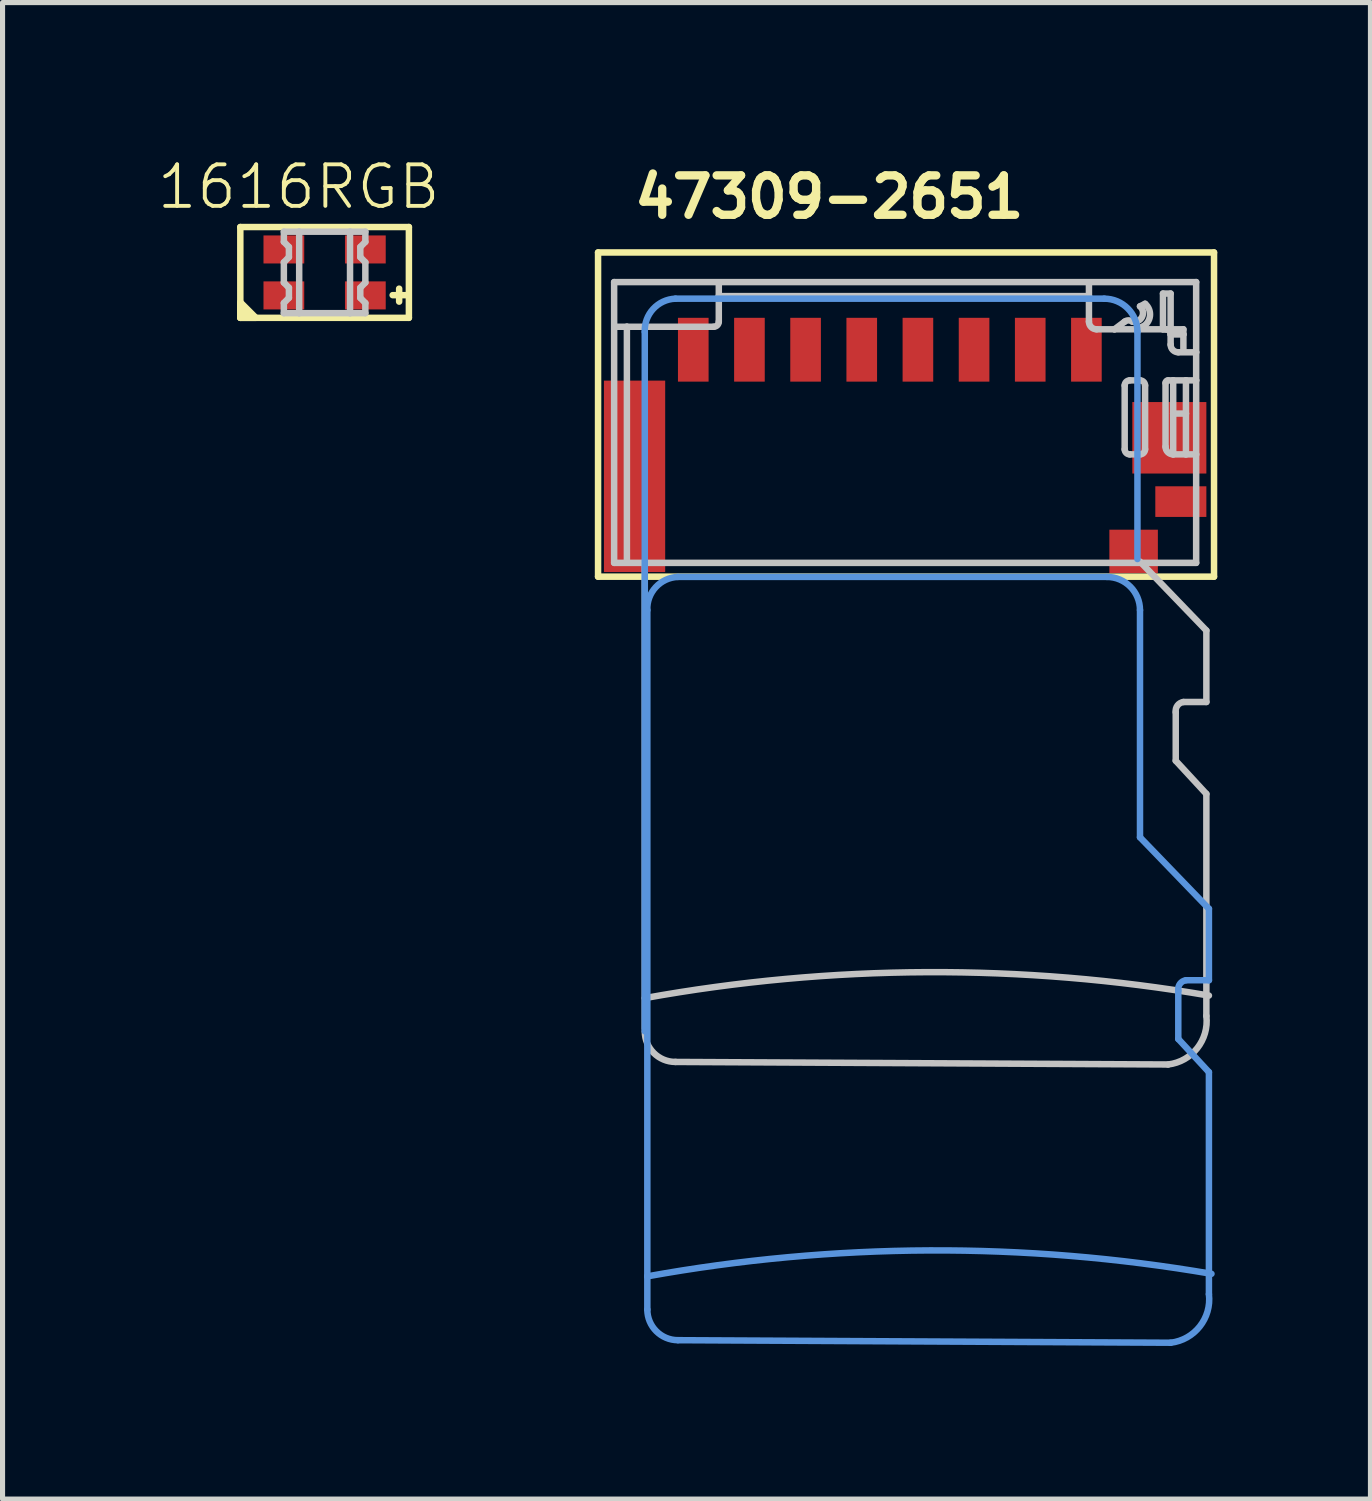
<source format=kicad_pcb>
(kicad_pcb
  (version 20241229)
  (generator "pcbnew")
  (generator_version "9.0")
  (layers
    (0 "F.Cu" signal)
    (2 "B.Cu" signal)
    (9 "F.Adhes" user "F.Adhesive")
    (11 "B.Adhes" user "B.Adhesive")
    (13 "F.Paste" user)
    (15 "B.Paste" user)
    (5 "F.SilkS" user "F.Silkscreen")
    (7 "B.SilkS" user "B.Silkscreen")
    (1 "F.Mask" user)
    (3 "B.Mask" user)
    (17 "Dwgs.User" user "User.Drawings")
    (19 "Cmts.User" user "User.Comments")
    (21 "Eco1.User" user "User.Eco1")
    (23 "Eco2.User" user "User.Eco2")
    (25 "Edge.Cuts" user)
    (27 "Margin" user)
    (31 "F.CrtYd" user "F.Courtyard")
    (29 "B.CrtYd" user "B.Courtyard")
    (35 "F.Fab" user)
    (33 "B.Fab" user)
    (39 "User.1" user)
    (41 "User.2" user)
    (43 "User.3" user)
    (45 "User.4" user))
  (footprint "47309-2651"
    (layer "F.Cu")
    (at 14.379 3.8)
    (property "Reference" "47309-2651" (at -5.08 -2.54 0) (layer "F.SilkS") (effects (font (size 0.772 0.772) (thickness 0.163)) (justify left bottom)))
    (attr through_hole)
    (fp_line (start -5.715 -1.905) (end 6.35 -1.905) (stroke (width 0.127) (type solid)) (layer "F.SilkS"))
    (fp_line (start -5.715 4.445) (end -5.715 -1.905) (stroke (width 0.127) (type solid)) (layer "F.SilkS"))
    (fp_line (start 6.35 -1.905) (end 6.35 4.445) (stroke (width 0.127) (type solid)) (layer "F.SilkS"))
    (fp_line (start 6.35 4.445) (end -5.715 4.445) (stroke (width 0.127) (type solid)) (layer "F.SilkS"))
    (fp_line (start -5.4 -1.325) (end 6 -1.325) (stroke (width 0.127) (type solid)) (layer "Dwgs.User"))
    (fp_line (start -5.4 4.175) (end -5.4 -1.325) (stroke (width 0.127) (type solid)) (layer "Dwgs.User"))
    (fp_line (start -5.15 -0.45) (end -5.35 -0.45) (stroke (width 0.127) (type solid)) (layer "Dwgs.User"))
    (fp_line (start -5.15 -0.45) (end -5.15 4.15) (stroke (width 0.127) (type solid)) (layer "Dwgs.User"))
    (fp_line (start -4.8 13.3) (end -4.8 4.15) (stroke (width 0.127) (type solid)) (layer "Dwgs.User"))
    (fp_line (start -4.2 13.95) (end 5.45 14) (stroke (width 0.127) (type solid)) (layer "Dwgs.User"))
    (fp_line (start -3.45 -0.45) (end -5.15 -0.45) (stroke (width 0.127) (type solid)) (layer "Dwgs.User"))
    (fp_line (start -3.35 -1.3) (end -3.35 -1.05) (stroke (width 0.127) (type solid)) (layer "Dwgs.User"))
    (fp_line (start -3.35 -1.05) (end -3.35 -0.55) (stroke (width 0.127) (type solid)) (layer "Dwgs.User"))
    (fp_line (start 3.9 -1.3) (end 3.9 -1.05) (stroke (width 0.127) (type solid)) (layer "Dwgs.User"))
    (fp_line (start 3.9 -1.05) (end -3.35 -1.05) (stroke (width 0.127) (type solid)) (layer "Dwgs.User"))
    (fp_line (start 3.9 -1.05) (end 3.9 -0.55) (stroke (width 0.127) (type solid)) (layer "Dwgs.User"))
    (fp_line (start 4.05 -0.4) (end 4.4 -0.4) (stroke (width 0.127) (type solid)) (layer "Dwgs.User"))
    (fp_line (start 4.4 -0.4) (end 4.6 -0.55) (stroke (width 0.127) (type solid)) (layer "Dwgs.User"))
    (fp_line (start 4.4 -0.4) (end 4.85 -0.4) (stroke (width 0.127) (type solid)) (layer "Dwgs.User"))
    (fp_line (start 4.6 0.7) (end 4.6 1.95) (stroke (width 0.127) (type solid)) (layer "Dwgs.User"))
    (fp_line (start 4.7 2.05) (end 4.9 2.05) (stroke (width 0.127) (type solid)) (layer "Dwgs.User"))
    (fp_line (start 4.85 -0.4) (end 4.95 -0.45) (stroke (width 0.127) (type solid)) (layer "Dwgs.User"))
    (fp_line (start 4.85 -0.4) (end 5.35 -0.4) (stroke (width 0.127) (type solid)) (layer "Dwgs.User"))
    (fp_line (start 4.9 -0.85) (end 5 -0.9) (stroke (width 0.127) (type solid)) (layer "Dwgs.User"))
    (fp_line (start 4.9 0.6) (end 4.7 0.6) (stroke (width 0.127) (type solid)) (layer "Dwgs.User"))
    (fp_line (start 5 1.95) (end 5 0.7) (stroke (width 0.127) (type solid)) (layer "Dwgs.User"))
    (fp_line (start 5.35 -1.1) (end 5.5 -1.1) (stroke (width 0.127) (type solid)) (layer "Dwgs.User"))
    (fp_line (start 5.35 -0.4) (end 5.35 -1.1) (stroke (width 0.127) (type solid)) (layer "Dwgs.User"))
    (fp_line (start 5.35 -0.4) (end 5.4 -0.4) (stroke (width 0.127) (type solid)) (layer "Dwgs.User"))
    (fp_line (start 5.4 -0.4) (end 5.75 -0.4) (stroke (width 0.127) (type solid)) (layer "Dwgs.User"))
    (fp_line (start 5.4 0.65) (end 5.4 1.9) (stroke (width 0.127) (type solid)) (layer "Dwgs.User"))
    (fp_line (start 5.5 -1.1) (end 5.5 -0.45) (stroke (width 0.127) (type solid)) (layer "Dwgs.User"))
    (fp_line (start 5.5 -0.3) (end 5.5 -0.1) (stroke (width 0.127) (type solid)) (layer "Dwgs.User"))
    (fp_line (start 5.55 0.6) (end 5.45 0.6) (stroke (width 0.127) (type solid)) (layer "Dwgs.User"))
    (fp_line (start 5.55 0.6) (end 5.55 1.25) (stroke (width 0.127) (type solid)) (layer "Dwgs.User"))
    (fp_line (start 5.55 1.25) (end 5.55 2.05) (stroke (width 0.127) (type solid)) (layer "Dwgs.User"))
    (fp_line (start 5.55 2.05) (end 5.8 2.05) (stroke (width 0.127) (type solid)) (layer "Dwgs.User"))
    (fp_line (start 5.6 8.05) (end 5.6 7.1) (stroke (width 0.127) (type solid)) (layer "Dwgs.User"))
    (fp_line (start 5.65 0.05) (end 6 0.05) (stroke (width 0.127) (type solid)) (layer "Dwgs.User"))
    (fp_line (start 5.75 -0.4) (end 5.75 -0.3) (stroke (width 0.127) (type solid)) (layer "Dwgs.User"))
    (fp_line (start 5.75 -0.3) (end 5.5 -0.3) (stroke (width 0.127) (type solid)) (layer "Dwgs.User"))
    (fp_line (start 5.75 -0.3) (end 5.75 0) (stroke (width 0.127) (type solid)) (layer "Dwgs.User"))
    (fp_line (start 5.8 0.6) (end 5.55 0.6) (stroke (width 0.127) (type solid)) (layer "Dwgs.User"))
    (fp_line (start 5.8 0.6) (end 5.8 1.25) (stroke (width 0.127) (type solid)) (layer "Dwgs.User"))
    (fp_line (start 5.8 1.25) (end 5.55 1.25) (stroke (width 0.127) (type solid)) (layer "Dwgs.User"))
    (fp_line (start 5.8 1.25) (end 5.8 2.05) (stroke (width 0.127) (type solid)) (layer "Dwgs.User"))
    (fp_line (start 5.8 2.05) (end 6 2.05) (stroke (width 0.127) (type solid)) (layer "Dwgs.User"))
    (fp_line (start 6 -1.325) (end 6 0.05) (stroke (width 0.127) (type solid)) (layer "Dwgs.User"))
    (fp_line (start 6 0.05) (end 6 0.6) (stroke (width 0.127) (type solid)) (layer "Dwgs.User"))
    (fp_line (start 6 0.6) (end 5.8 0.6) (stroke (width 0.127) (type solid)) (layer "Dwgs.User"))
    (fp_line (start 6 0.6) (end 6 2.05) (stroke (width 0.127) (type solid)) (layer "Dwgs.User"))
    (fp_line (start 6 2.05) (end 6 4.175) (stroke (width 0.127) (type solid)) (layer "Dwgs.User"))
    (fp_line (start 6 4.175) (end -5.4 4.175) (stroke (width 0.127) (type solid)) (layer "Dwgs.User"))
    (fp_line (start 6.2 5.5) (end 4.9 4.15) (stroke (width 0.127) (type solid)) (layer "Dwgs.User"))
    (fp_line (start 6.2 6.9) (end 5.75 6.9) (stroke (width 0.127) (type solid)) (layer "Dwgs.User"))
    (fp_line (start 6.2 6.9) (end 6.2 5.5) (stroke (width 0.127) (type solid)) (layer "Dwgs.User"))
    (fp_line (start 6.2 8.7) (end 5.6 8.05) (stroke (width 0.127) (type solid)) (layer "Dwgs.User"))
    (fp_line (start 6.2 13.05) (end 6.2 8.7) (stroke (width 0.127) (type solid)) (layer "Dwgs.User"))
    (fp_arc (start -4.8 12.7) (mid 0.722813 12.191625) (end 6.25 12.65) (stroke (width 0.127) (type solid)) (layer "Dwgs.User"))
    (fp_arc (start -4.2 13.95) (mid -4.624264 13.774264) (end -4.8 13.35) (stroke (width 0.127) (type solid)) (layer "Dwgs.User"))
    (fp_arc (start -3.35 -0.55) (mid -3.379289 -0.479289) (end -3.45 -0.45) (stroke (width 0.127) (type solid)) (layer "Dwgs.User"))
    (fp_arc (start 4.05 -0.4) (mid 3.943934 -0.443934) (end 3.9 -0.55) (stroke (width 0.127) (type solid)) (layer "Dwgs.User"))
    (fp_arc (start 4.6 -0.55) (mid 4.675001 -0.575) (end 4.750001 -0.549999) (stroke (width 0.127) (type solid)) (layer "Dwgs.User"))
    (fp_arc (start 4.6 0.7) (mid 4.629289 0.629289) (end 4.7 0.6) (stroke (width 0.127) (type solid)) (layer "Dwgs.User"))
    (fp_arc (start 4.7 2.05) (mid 4.629289 2.020711) (end 4.6 1.95) (stroke (width 0.127) (type solid)) (layer "Dwgs.User"))
    (fp_arc (start 4.899999 -0.85) (mid 4.940099 -0.642451) (end 4.75 -0.55) (stroke (width 0.127) (type solid)) (layer "Dwgs.User"))
    (fp_arc (start 4.9 0.6) (mid 4.970711 0.629289) (end 5 0.7) (stroke (width 0.127) (type solid)) (layer "Dwgs.User"))
    (fp_arc (start 4.999998 -0.9) (mid 5.095415 -0.661621) (end 4.95 -0.45) (stroke (width 0.127) (type solid)) (layer "Dwgs.User"))
    (fp_arc (start 5 1.95) (mid 4.970711 2.020711) (end 4.9 2.05) (stroke (width 0.127) (type solid)) (layer "Dwgs.User"))
    (fp_arc (start 5.4 -0.4) (mid 5.470711 -0.370711) (end 5.5 -0.3) (stroke (width 0.127) (type solid)) (layer "Dwgs.User"))
    (fp_arc (start 5.4 0.65) (mid 5.414645 0.614645) (end 5.45 0.6) (stroke (width 0.127) (type solid)) (layer "Dwgs.User"))
    (fp_arc (start 5.55 2.05) (mid 5.443934 2.006066) (end 5.4 1.9) (stroke (width 0.127) (type solid)) (layer "Dwgs.User"))
    (fp_arc (start 5.6 7.1) (mid 5.633579 6.968934) (end 5.75 6.9) (stroke (width 0.127) (type solid)) (layer "Dwgs.User"))
    (fp_arc (start 5.65 0.05) (mid 5.543934 0.006066) (end 5.5 -0.1) (stroke (width 0.127) (type solid)) (layer "Dwgs.User"))
    (fp_arc (start 6.2 13.05) (mid 6.021751 13.68033) (end 5.45 14) (stroke (width 0.127) (type solid)) (layer "Dwgs.User"))
    (fp_line (start -4.8 -0.35) (end -4.8 13.35) (stroke (width 0.127) (type solid)) (layer "Cmts.User"))
    (fp_line (start -4.75 5.1) (end -4.75 18.15) (stroke (width 0.127) (type solid)) (layer "Cmts.User"))
    (fp_line (start -4.75 18.15) (end -4.75 18.8) (stroke (width 0.127) (type solid)) (layer "Cmts.User"))
    (fp_line (start -4.15 19.4) (end 5.5 19.45) (stroke (width 0.127) (type solid)) (layer "Cmts.User"))
    (fp_line (start 4.2 -1) (end -4.2 -1) (stroke (width 0.127) (type solid)) (layer "Cmts.User"))
    (fp_line (start 4.25 4.45) (end -4.15 4.45) (stroke (width 0.127) (type solid)) (layer "Cmts.User"))
    (fp_line (start 4.85 4.1) (end 4.85 -0.35) (stroke (width 0.127) (type solid)) (layer "Cmts.User"))
    (fp_line (start 4.9 9.55) (end 4.9 5.1) (stroke (width 0.127) (type solid)) (layer "Cmts.User"))
    (fp_line (start 5.65 13.5) (end 5.65 12.55) (stroke (width 0.127) (type solid)) (layer "Cmts.User"))
    (fp_line (start 6.25 10.95) (end 4.9 9.55) (stroke (width 0.127) (type solid)) (layer "Cmts.User"))
    (fp_line (start 6.25 12.35) (end 5.8 12.35) (stroke (width 0.127) (type solid)) (layer "Cmts.User"))
    (fp_line (start 6.25 12.35) (end 6.25 10.95) (stroke (width 0.127) (type solid)) (layer "Cmts.User"))
    (fp_line (start 6.25 14.15) (end 5.65 13.5) (stroke (width 0.127) (type solid)) (layer "Cmts.User"))
    (fp_line (start 6.25 18.5) (end 6.25 14.15) (stroke (width 0.127) (type solid)) (layer "Cmts.User"))
    (fp_arc (start -4.800001 -0.349999) (mid -4.63462 -0.799264) (end -4.2 -1) (stroke (width 0.127) (type solid)) (layer "Cmts.User"))
    (fp_arc (start -4.75 5.1) (mid -4.584619 4.650736) (end -4.15 4.45) (stroke (width 0.127) (type solid)) (layer "Cmts.User"))
    (fp_arc (start -4.75 18.15) (mid 0.772813 17.641625) (end 6.3 18.1) (stroke (width 0.127) (type solid)) (layer "Cmts.User"))
    (fp_arc (start -4.15 19.4) (mid -4.574264 19.224264) (end -4.75 18.8) (stroke (width 0.127) (type solid)) (layer "Cmts.User"))
    (fp_arc (start 4.199999 -0.999999) (mid 4.659619 -0.809619) (end 4.85 -0.35) (stroke (width 0.127) (type solid)) (layer "Cmts.User"))
    (fp_arc (start 4.25 4.45) (mid 4.709619 4.640381) (end 4.9 5.1) (stroke (width 0.127) (type solid)) (layer "Cmts.User"))
    (fp_arc (start 5.65 12.55) (mid 5.683579 12.418934) (end 5.8 12.35) (stroke (width 0.127) (type solid)) (layer "Cmts.User"))
    (fp_arc (start 6.25 18.5) (mid 6.071751 19.13033) (end 5.5 19.45) (stroke (width 0.127) (type solid)) (layer "Cmts.User"))
    (pad "G1" smd rect (at -5 2.48 90) (size 3.75 1.2) (layers "F.Cu" "F.Mask" "F.Paste"))
    (pad "G2" smd rect (at 5.475 1.725 180) (size 1.45 1.4) (layers "F.Cu" "F.Mask" "F.Paste"))
    (pad "G3" smd rect (at 5.7 2.975 180) (size 1 0.6) (layers "F.Cu" "F.Mask" "F.Paste"))
    (pad "G4" smd rect (at 4.775 3.95) (size 0.95 0.85) (layers "F.Cu" "F.Mask" "F.Paste"))
    (pad "P1" smd rect (at 3.85 0 90) (size 1.25 0.6) (layers "F.Cu" "F.Mask" "F.Paste"))
    (pad "P2" smd rect (at 2.75 0 90) (size 1.25 0.6) (layers "F.Cu" "F.Mask" "F.Paste"))
    (pad "P3" smd rect (at 1.65 0 90) (size 1.25 0.6) (layers "F.Cu" "F.Mask" "F.Paste"))
    (pad "P4" smd rect (at 0.55 0 90) (size 1.25 0.6) (layers "F.Cu" "F.Mask" "F.Paste"))
    (pad "P5" smd rect (at -0.55 0 90) (size 1.25 0.6) (layers "F.Cu" "F.Mask" "F.Paste"))
    (pad "P6" smd rect (at -1.65 0 90) (size 1.25 0.6) (layers "F.Cu" "F.Mask" "F.Paste"))
    (pad "P7" smd rect (at -2.75 0 90) (size 1.25 0.6) (layers "F.Cu" "F.Mask" "F.Paste"))
    (pad "P8" smd rect (at -3.85 0 90) (size 1.25 0.6) (layers "F.Cu" "F.Mask" "F.Paste")))
  (footprint "1616RGB"
    (layer "F.Cu")
    (at 3.308 2.286)
    (property "Reference" "1616RGB" (at -0.508 -1.676 0) (layer "F.SilkS") (effects (font (size 0.813 0.813) (thickness 0.076))))
    (attr smd)
    (fp_line (start -1.651 0.889) (end -1.651 -0.889) (stroke (width 0.127) (type solid)) (layer "F.SilkS"))
    (fp_line (start -1.651 0.889) (end 1.651 0.889) (stroke (width 0.127) (type solid)) (layer "F.SilkS"))
    (fp_line (start 1.333 0.445) (end 1.587 0.445) (stroke (width 0.127) (type solid)) (layer "F.SilkS"))
    (fp_line (start 1.46 0.318) (end 1.46 0.572) (stroke (width 0.127) (type solid)) (layer "F.SilkS"))
    (fp_line (start 1.651 -0.889) (end -1.651 -0.889) (stroke (width 0.127) (type solid)) (layer "F.SilkS"))
    (fp_line (start 1.651 0.889) (end 1.651 -0.889) (stroke (width 0.127) (type solid)) (layer "F.SilkS"))
    (fp_poly (pts (xy -1.651 0.889) (xy -1.346 0.889) (xy -1.651 0.584) (xy -1.651 0.889)) (stroke (width 0.127) (type solid)) (fill yes) (layer "F.SilkS"))
    (fp_line (start -0.798 -0.798) (end -0.498 -0.798) (stroke (width 0.127) (type solid)) (layer "Dwgs.User"))
    (fp_line (start -0.798 -0.599) (end -0.798 -0.798) (stroke (width 0.127) (type solid)) (layer "Dwgs.User"))
    (fp_line (start -0.798 -0.198) (end -0.699 -0.3) (stroke (width 0.127) (type solid)) (layer "Dwgs.User"))
    (fp_line (start -0.798 0.198) (end -0.798 -0.198) (stroke (width 0.127) (type solid)) (layer "Dwgs.User"))
    (fp_line (start -0.798 0.599) (end -0.699 0.498) (stroke (width 0.127) (type solid)) (layer "Dwgs.User"))
    (fp_line (start -0.798 0.798) (end -0.798 0.599) (stroke (width 0.127) (type solid)) (layer "Dwgs.User"))
    (fp_line (start -0.699 -0.498) (end -0.798 -0.599) (stroke (width 0.127) (type solid)) (layer "Dwgs.User"))
    (fp_line (start -0.699 -0.3) (end -0.699 -0.498) (stroke (width 0.127) (type solid)) (layer "Dwgs.User"))
    (fp_line (start -0.699 0.3) (end -0.798 0.198) (stroke (width 0.127) (type solid)) (layer "Dwgs.User"))
    (fp_line (start -0.699 0.498) (end -0.699 0.3) (stroke (width 0.127) (type solid)) (layer "Dwgs.User"))
    (fp_line (start -0.498 -0.798) (end -0.498 0.798) (stroke (width 0.127) (type solid)) (layer "Dwgs.User"))
    (fp_line (start -0.498 -0.798) (end 0.498 -0.798) (stroke (width 0.127) (type solid)) (layer "Dwgs.User"))
    (fp_line (start -0.498 0.798) (end -0.798 0.798) (stroke (width 0.127) (type solid)) (layer "Dwgs.User"))
    (fp_line (start 0.498 -0.798) (end 0.498 0.798) (stroke (width 0.127) (type solid)) (layer "Dwgs.User"))
    (fp_line (start 0.498 -0.798) (end 0.798 -0.798) (stroke (width 0.127) (type solid)) (layer "Dwgs.User"))
    (fp_line (start 0.498 0.798) (end -0.498 0.798) (stroke (width 0.127) (type solid)) (layer "Dwgs.User"))
    (fp_line (start 0.699 -0.498) (end 0.699 -0.3) (stroke (width 0.127) (type solid)) (layer "Dwgs.User"))
    (fp_line (start 0.699 -0.3) (end 0.798 -0.198) (stroke (width 0.127) (type solid)) (layer "Dwgs.User"))
    (fp_line (start 0.699 0.3) (end 0.699 0.498) (stroke (width 0.127) (type solid)) (layer "Dwgs.User"))
    (fp_line (start 0.699 0.498) (end 0.798 0.599) (stroke (width 0.127) (type solid)) (layer "Dwgs.User"))
    (fp_line (start 0.798 -0.798) (end 0.798 -0.599) (stroke (width 0.127) (type solid)) (layer "Dwgs.User"))
    (fp_line (start 0.798 -0.599) (end 0.699 -0.498) (stroke (width 0.127) (type solid)) (layer "Dwgs.User"))
    (fp_line (start 0.798 -0.198) (end 0.798 0.198) (stroke (width 0.127) (type solid)) (layer "Dwgs.User"))
    (fp_line (start 0.798 0.198) (end 0.699 0.3) (stroke (width 0.127) (type solid)) (layer "Dwgs.User"))
    (fp_line (start 0.798 0.599) (end 0.798 0.798) (stroke (width 0.127) (type solid)) (layer "Dwgs.User"))
    (fp_line (start 0.798 0.798) (end 0.498 0.798) (stroke (width 0.127) (type solid)) (layer "Dwgs.User"))
    (pad "1" smd rect (at -0.798 0.45) (size 0.798 0.549) (layers "F.Cu" "F.Mask" "F.Paste"))
    (pad "2" smd rect (at -0.798 -0.45) (size 0.798 0.549) (layers "F.Cu" "F.Mask" "F.Paste"))
    (pad "3" smd rect (at 0.798 -0.45) (size 0.798 0.549) (layers "F.Cu" "F.Mask" "F.Paste"))
    (pad "4" smd rect (at 0.798 0.45) (size 0.798 0.549) (layers "F.Cu" "F.Mask" "F.Paste")))
  (gr_rect
    (start -3 -3)
    (end 23.793 26.313)
    (stroke (width 0.1) (type default))
    (fill no)
    (layer "Edge.Cuts")))
</source>
